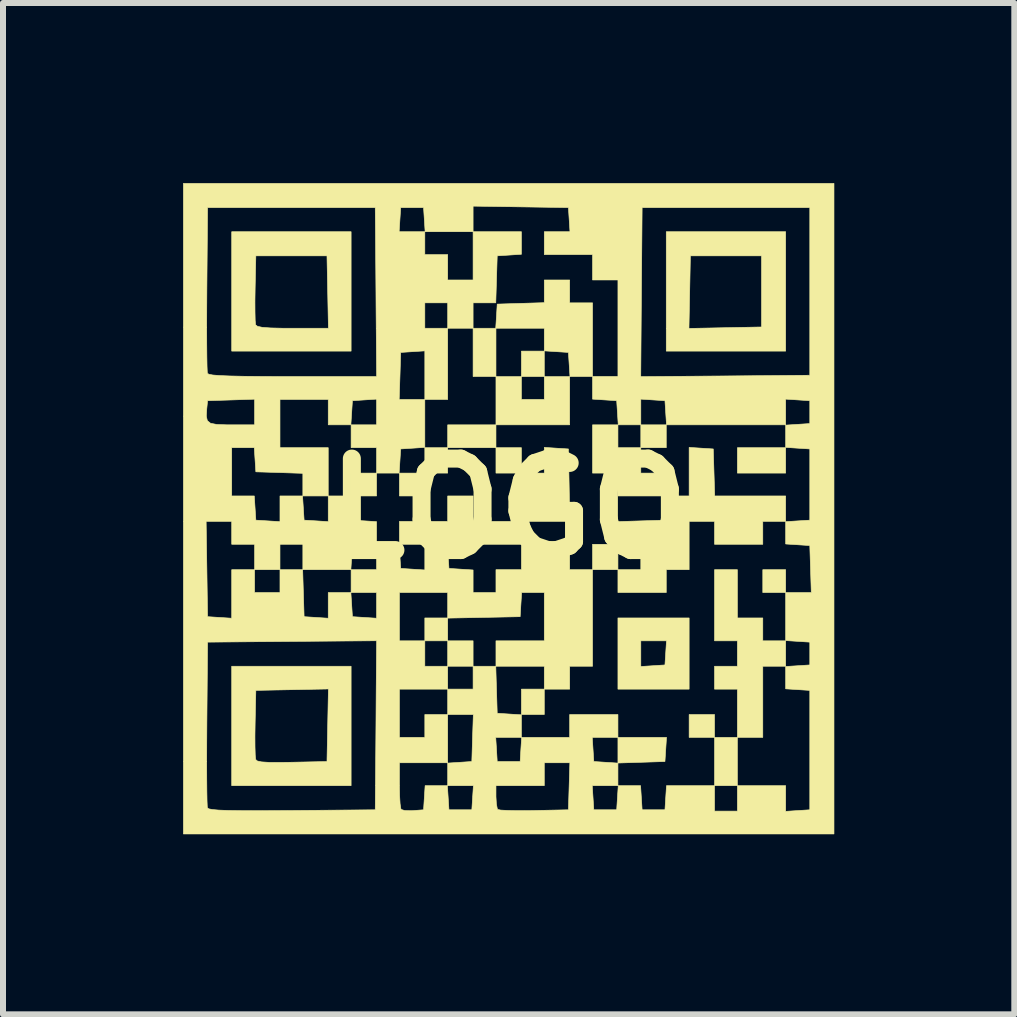
<source format=kicad_pcb>
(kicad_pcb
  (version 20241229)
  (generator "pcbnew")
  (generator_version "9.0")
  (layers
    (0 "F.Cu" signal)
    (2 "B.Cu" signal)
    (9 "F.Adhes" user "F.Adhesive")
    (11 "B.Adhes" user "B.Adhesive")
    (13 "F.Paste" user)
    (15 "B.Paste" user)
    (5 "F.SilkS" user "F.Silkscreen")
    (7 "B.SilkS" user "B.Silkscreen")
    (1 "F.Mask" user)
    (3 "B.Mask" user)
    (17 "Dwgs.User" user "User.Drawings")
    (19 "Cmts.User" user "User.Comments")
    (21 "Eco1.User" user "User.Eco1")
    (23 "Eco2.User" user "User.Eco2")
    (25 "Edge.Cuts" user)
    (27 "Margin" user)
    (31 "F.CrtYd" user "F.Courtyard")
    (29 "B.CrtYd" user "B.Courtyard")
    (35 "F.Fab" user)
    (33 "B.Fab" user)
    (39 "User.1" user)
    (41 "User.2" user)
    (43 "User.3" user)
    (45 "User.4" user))
  (footprint "LOGO"
    (layer "F.Cu")
    (at 5.424 5.424)
    (property "Reference" "LOGO" (at 0 0 0) (layer "F.SilkS") (effects (font (size 1.524 1.524) (thickness 0.3))))
    (attr through_hole)
    (fp_poly (pts (xy -2.201 -0.212) (xy -2.625 -0.212) (xy -2.625 -0.593) (xy -2.201 -0.593) (xy -2.201 -0.212)) (stroke (width 0.01) (type solid)) (fill yes) (layer "F.SilkS"))
    (fp_poly (pts (xy -1.397 -0.212) (xy -1.82 -0.212) (xy -1.82 -0.593) (xy -1.397 -0.593) (xy -1.397 -0.212)) (stroke (width 0.01) (type solid)) (fill yes) (layer "F.SilkS"))
    (fp_poly (pts (xy -1.016 -0.593) (xy -1.397 -0.593) (xy -1.397 -1.016) (xy -1.016 -1.016) (xy -1.016 -0.593)) (stroke (width 0.01) (type solid)) (fill yes) (layer "F.SilkS"))
    (fp_poly (pts (xy -1.016 2.201) (xy -1.397 2.201) (xy -1.397 1.82) (xy -1.016 1.82) (xy -1.016 2.201)) (stroke (width 0.01) (type solid)) (fill yes) (layer "F.SilkS"))
    (fp_poly (pts (xy -0.593 2.625) (xy -1.016 2.625) (xy -1.016 2.201) (xy -0.593 2.201) (xy -0.593 2.625)) (stroke (width 0.01) (type solid)) (fill yes) (layer "F.SilkS"))
    (fp_poly (pts (xy -0.212 -1.016) (xy -1.016 -1.016) (xy -1.016 -1.397) (xy -0.212 -1.397) (xy -0.212 -1.016)) (stroke (width 0.01) (type solid)) (fill yes) (layer "F.SilkS"))
    (fp_poly (pts (xy 0.212 -0.593) (xy -0.212 -0.593) (xy -0.212 -1.016) (xy 0.212 -1.016) (xy 0.212 -0.593)) (stroke (width 0.01) (type solid)) (fill yes) (layer "F.SilkS"))
    (fp_poly (pts (xy 0.593 -2.201) (xy 0.212 -2.201) (xy 0.212 -2.625) (xy 0.593 -2.625) (xy 0.593 -2.201)) (stroke (width 0.01) (type solid)) (fill yes) (layer "F.SilkS"))
    (fp_poly (pts (xy 0.593 3.429) (xy 0.212 3.429) (xy 0.212 3.006) (xy 0.593 3.006) (xy 0.593 3.429)) (stroke (width 0.01) (type solid)) (fill yes) (layer "F.SilkS"))
    (fp_poly (pts (xy 2.625 -1.016) (xy 2.201 -1.016) (xy 2.201 -1.397) (xy 2.625 -1.397) (xy 2.625 -1.016)) (stroke (width 0.01) (type solid)) (fill yes) (layer "F.SilkS"))
    (fp_poly (pts (xy 3.429 3.81) (xy 3.006 3.81) (xy 3.006 3.429) (xy 3.429 3.429) (xy 3.429 3.81)) (stroke (width 0.01) (type solid)) (fill yes) (layer "F.SilkS"))
    (fp_poly (pts (xy 3.81 4.614) (xy 3.429 4.614) (xy 3.429 3.81) (xy 3.81 3.81) (xy 3.81 4.614)) (stroke (width 0.01) (type solid)) (fill yes) (layer "F.SilkS"))
    (fp_poly (pts (xy 4.614 -0.593) (xy 3.81 -0.593) (xy 3.81 -1.016) (xy 4.614 -1.016) (xy 4.614 -0.593)) (stroke (width 0.01) (type solid)) (fill yes) (layer "F.SilkS"))
    (fp_poly (pts (xy 4.614 1.397) (xy 4.233 1.397) (xy 4.233 1.016) (xy 4.614 1.016) (xy 4.614 1.397)) (stroke (width 0.01) (type solid)) (fill yes) (layer "F.SilkS"))
    (fp_poly (pts (xy 2.616 4.011) (xy 2.603 4.212) (xy 1.82 4.237) (xy 1.82 3.81) (xy 2.629 3.81) (xy 2.616 4.011)) (stroke (width 0.01) (type solid)) (fill yes) (layer "F.SilkS"))
    (fp_poly (pts (xy 0.212 -1.82) (xy 0.593 -1.82) (xy 0.593 -2.201) (xy 1.016 -2.201) (xy 1.016 -1.397) (xy -0.212 -1.397) (xy -0.212 -2.201) (xy 0.212 -2.201) (xy 0.212 -1.82)) (stroke (width 0.01) (type solid)) (fill yes) (layer "F.SilkS"))
    (fp_poly (pts (xy 0.794 -1.008) (xy 0.995 -0.995) (xy 1.007 -0.392) (xy 1.018 0.212) (xy 0.212 0.212) (xy 0.212 -0.593) (xy 0.593 -0.593) (xy 0.593 -1.021) (xy 0.794 -1.008)) (stroke (width 0.01) (type solid)) (fill yes) (layer "F.SilkS"))
    (fp_poly (pts (xy 1.82 -1.016) (xy 2.201 -1.016) (xy 2.201 -0.593) (xy 2.625 -0.593) (xy 2.625 -0.212) (xy 1.82 -0.212) (xy 1.82 -0.593) (xy 1.397 -0.593) (xy 1.397 -1.397) (xy 1.82 -1.397) (xy 1.82 -1.016)) (stroke (width 0.01) (type solid)) (fill yes) (layer "F.SilkS"))
    (fp_poly (pts (xy 3.006 3.006) (xy 1.82 3.006) (xy 1.82 2.201) (xy 2.201 2.201) (xy 2.201 2.629) (xy 2.603 2.603) (xy 2.629 2.201) (xy 2.201 2.201) (xy 1.82 2.201) (xy 1.82 1.82) (xy 3.006 1.82) (xy 3.006 3.006)) (stroke (width 0.01) (type solid)) (fill yes) (layer "F.SilkS"))
    (fp_poly (pts (xy 4.614 -2.625) (xy 2.625 -2.625) (xy 2.625 -3.003) (xy 3.003 -3.003) (xy 3.608 -3.015) (xy 4.212 -3.027) (xy 4.212 -4.212) (xy 3.027 -4.212) (xy 3.003 -3.003) (xy 2.625 -3.003) (xy 2.625 -4.614) (xy 4.614 -4.614) (xy 4.614 -2.625)) (stroke (width 0.01) (type solid)) (fill yes) (layer "F.SilkS"))
    (fp_poly (pts (xy 3.81 1.82) (xy 4.233 1.82) (xy 4.233 2.201) (xy 4.614 2.201) (xy 4.614 2.625) (xy 4.233 2.625) (xy 4.233 3.81) (xy 3.81 3.81) (xy 3.81 3.006) (xy 3.429 3.006) (xy 3.429 2.625) (xy 3.81 2.625) (xy 3.81 2.201) (xy 3.429 2.201) (xy 3.429 1.016) (xy 3.81 1.016) (xy 3.81 1.82)) (stroke (width 0.01) (type solid)) (fill yes) (layer "F.SilkS"))
    (fp_poly (pts (xy 1.016 -3.429) (xy 1.397 -3.429) (xy 1.397 -2.201) (xy 1.021 -2.201) (xy 1.008 -2.402) (xy 0.995 -2.603) (xy 0.794 -2.616) (xy 0.593 -2.629) (xy 0.593 -3.006) (xy -0.212 -3.006) (xy -0.212 -2.201) (xy -0.593 -2.201) (xy -0.593 -3.006) (xy -0.404 -3.006) (xy -0.216 -3.006) (xy -0.203 -3.207) (xy -0.191 -3.408) (xy 0.201 -3.42) (xy 0.593 -3.432) (xy 0.593 -3.81) (xy 1.016 -3.81) (xy 1.016 -3.429)) (stroke (width 0.01) (type solid)) (fill yes) (layer "F.SilkS"))
    (fp_poly (pts (xy -2.625 -2.625) (xy -4.614 -2.625) (xy -4.614 -3.454) (xy -4.227 -3.454) (xy -4.226 -3.272) (xy -4.223 -3.136) (xy -4.216 -3.065) (xy -4.215 -3.061) (xy -4.184 -3.038) (xy -4.105 -3.021) (xy -3.967 -3.011) (xy -3.762 -3.006) (xy -3.598 -3.006) (xy -3.003 -3.006) (xy -3.015 -3.609) (xy -3.027 -4.212) (xy -4.212 -4.212) (xy -4.224 -3.664) (xy -4.227 -3.454) (xy -4.614 -3.454) (xy -4.614 -4.614) (xy -2.625 -4.614) (xy -2.625 -2.625)) (stroke (width 0.01) (type solid)) (fill yes) (layer "F.SilkS"))
    (fp_poly (pts (xy -2.625 4.614) (xy -4.614 4.614) (xy -4.614 3.786) (xy -4.227 3.786) (xy -4.226 3.968) (xy -4.222 4.104) (xy -4.215 4.176) (xy -4.214 4.179) (xy -4.187 4.203) (xy -4.117 4.218) (xy -3.994 4.226) (xy -3.807 4.227) (xy -3.61 4.224) (xy -3.027 4.212) (xy -3.015 3.608) (xy -3.003 3.003) (xy -4.212 3.027) (xy -4.224 3.575) (xy -4.227 3.786) (xy -4.614 3.786) (xy -4.614 2.625) (xy -2.625 2.625) (xy -2.625 4.614)) (stroke (width 0.01) (type solid)) (fill yes) (layer "F.SilkS"))
    (fp_poly (pts (xy 3.207 -1.008) (xy 3.408 -0.995) (xy 3.42 -0.603) (xy 3.432 -0.212) (xy 4.614 -0.212) (xy 4.614 0.212) (xy 4.233 0.212) (xy 4.233 0.593) (xy 3.429 0.593) (xy 3.429 0.212) (xy 3.006 0.212) (xy 3.006 1.016) (xy 2.625 1.016) (xy 2.625 1.397) (xy 1.82 1.397) (xy 1.82 1.016) (xy 1.397 1.016) (xy 1.397 0.593) (xy 1.82 0.593) (xy 1.82 1.016) (xy 2.201 1.016) (xy 2.201 0.593) (xy 1.82 0.593) (xy 1.82 0.215) (xy 2.603 0.191) (xy 2.629 -0.212) (xy 3.006 -0.212) (xy 3.006 -1.021) (xy 3.207 -1.008)) (stroke (width 0.01) (type solid)) (fill yes) (layer "F.SilkS"))
    (fp_poly (pts (xy 5.419 5.419) (xy -5.419 5.419) (xy -5.419 4.215) (xy -5.031 4.215) (xy -5.03 4.484) (xy -5.028 4.706) (xy -5.025 4.87) (xy -5.021 4.965) (xy -5.018 4.985) (xy -4.995 5) (xy -4.935 5.012) (xy -4.83 5.021) (xy -4.673 5.027) (xy -4.456 5.03) (xy -4.173 5.031) (xy -3.816 5.029) (xy -3.61 5.028) (xy -2.223 5.016) (xy -2.216 4.233) (xy -1.82 4.233) (xy -1.82 4.607) (xy -1.817 4.778) (xy -1.809 4.915) (xy -1.796 4.998) (xy -1.79 5.011) (xy -1.732 5.028) (xy -1.625 5.031) (xy -1.589 5.029) (xy -1.418 5.016) (xy -1.405 4.815) (xy -1.392 4.614) (xy -1.021 4.614) (xy -0.995 5.016) (xy -0.614 5.016) (xy -0.601 4.815) (xy -0.588 4.614) (xy -0.212 4.614) (xy -0.212 4.798) (xy -0.205 4.917) (xy -0.19 4.997) (xy -0.182 5.011) (xy -0.131 5.021) (xy -0.012 5.027) (xy 0.159 5.03) (xy 0.365 5.029) (xy 0.421 5.028) (xy 0.995 5.016) (xy 1.007 4.625) (xy 1.019 4.233) (xy 0.593 4.233) (xy 0.593 4.614) (xy -0.212 4.614) (xy -0.588 4.614) (xy -1.016 4.614) (xy -1.016 4.238) (xy -0.815 4.225) (xy -0.614 4.212) (xy -0.602 3.821) (xy -0.589 3.429) (xy -1.016 3.429) (xy -1.016 4.233) (xy -1.82 4.233) (xy -2.216 4.233) (xy -2.211 3.608) (xy -2.207 3.006) (xy -1.82 3.006) (xy -1.82 3.81) (xy -1.397 3.81) (xy -1.397 3.429) (xy -1.016 3.429) (xy -1.016 3.006) (xy -1.82 3.006) (xy -2.207 3.006) (xy -2.2 2.2) (xy -3.608 2.211) (xy -5.016 2.223) (xy -5.028 3.577) (xy -5.03 3.909) (xy -5.031 4.215) (xy -5.419 4.215) (xy -5.419 0.212) (xy -5.04 0.212) (xy -5.028 1.005) (xy -5.016 1.799) (xy -4.815 1.812) (xy -4.614 1.825) (xy -4.614 1.016) (xy -4.233 1.016) (xy -4.233 1.397) (xy -3.81 1.397) (xy -3.81 1.016) (xy -4.233 1.016) (xy -4.233 0.593) (xy -4.614 0.593) (xy -4.614 0.212) (xy -5.04 0.212) (xy -5.419 0.212) (xy -5.419 -1.016) (xy -4.614 -1.016) (xy -4.614 -0.212) (xy -4.238 -0.212) (xy -4.212 0.191) (xy -3.81 0.216) (xy -3.81 -0.212) (xy -3.434 -0.212) (xy -3.408 0.191) (xy -3.207 0.203) (xy -3.006 0.216) (xy -3.006 -0.212) (xy -3.429 -0.212) (xy -3.429 -0.589) (xy -4.212 -0.614) (xy -4.225 -0.815) (xy -4.238 -1.016) (xy -4.614 -1.016) (xy -5.419 -1.016) (xy -5.419 -1.541) (xy -5.037 -1.541) (xy -5.02 -1.466) (xy -4.967 -1.423) (xy -4.862 -1.403) (xy -4.691 -1.397) (xy -4.616 -1.397) (xy -4.233 -1.397) (xy -4.233 -1.82) (xy -3.81 -1.82) (xy -3.81 -1.016) (xy -3.006 -1.016) (xy -3.006 -0.212) (xy -2.629 -0.212) (xy -2.616 -0.011) (xy -2.603 0.191) (xy -2.402 0.203) (xy -2.201 0.216) (xy -2.201 0.588) (xy -2.402 0.601) (xy -2.603 0.614) (xy -2.616 0.815) (xy -2.629 1.016) (xy -3.429 1.016) (xy -3.429 0.593) (xy -3.81 0.593) (xy -3.81 1.016) (xy -3.432 1.016) (xy -3.42 1.408) (xy -3.408 1.799) (xy -3.207 1.812) (xy -3.006 1.825) (xy -3.006 1.397) (xy -2.629 1.397) (xy -2.616 1.598) (xy -2.603 1.799) (xy -2.402 1.812) (xy -2.201 1.825) (xy -2.201 1.397) (xy -2.625 1.397) (xy -2.625 1.016) (xy -2.201 1.016) (xy -2.201 0.593) (xy -1.825 0.593) (xy -1.812 0.794) (xy -1.799 0.995) (xy -1.598 1.008) (xy -1.397 1.021) (xy -1.397 0.593) (xy -1.021 0.593) (xy -1.008 0.794) (xy -0.995 0.995) (xy -0.794 1.008) (xy -0.593 1.021) (xy -0.593 1.397) (xy -0.212 1.397) (xy -0.212 1.016) (xy 0.212 1.016) (xy 0.212 0.593) (xy -1.021 0.593) (xy -1.397 0.593) (xy -1.82 0.593) (xy -1.82 0.212) (xy -1.016 0.212) (xy -1.016 -0.212) (xy -0.593 -0.212) (xy -0.593 0.212) (xy 0.212 0.212) (xy 0.212 0.593) (xy 1.016 0.593) (xy 1.016 1.016) (xy 1.397 1.016) (xy 1.397 2.625) (xy 1.016 2.625) (xy 1.016 3.006) (xy 0.593 3.006) (xy 0.593 2.625) (xy -0.212 2.625) (xy -0.212 2.201) (xy 0.593 2.201) (xy 0.593 1.397) (xy 0.216 1.397) (xy 0.203 1.598) (xy 0.191 1.799) (xy -0.413 1.811) (xy -1.016 1.823) (xy -1.016 1.397) (xy -1.82 1.397) (xy -1.82 2.201) (xy -1.397 2.201) (xy -1.397 2.625) (xy -1.016 2.625) (xy -1.016 3.006) (xy -0.593 3.006) (xy -0.593 2.625) (xy -0.215 2.625) (xy -0.203 3.016) (xy -0.191 3.408) (xy 0.011 3.421) (xy 0.212 3.434) (xy 0.212 3.81) (xy -0.216 3.81) (xy -0.203 4.011) (xy -0.191 4.212) (xy 0.191 4.212) (xy 0.203 4.011) (xy 0.216 3.81) (xy 1.016 3.81) (xy 1.016 3.429) (xy 1.82 3.429) (xy 1.82 3.81) (xy 1.392 3.81) (xy 1.405 4.011) (xy 1.418 4.212) (xy 1.619 4.225) (xy 1.82 4.238) (xy 1.82 4.614) (xy 1.392 4.614) (xy 1.418 5.016) (xy 1.799 5.016) (xy 1.812 4.815) (xy 1.825 4.614) (xy 2.197 4.614) (xy 2.21 4.815) (xy 2.223 5.016) (xy 2.603 5.016) (xy 2.629 4.614) (xy 3.429 4.614) (xy 3.429 5.038) (xy 3.81 5.038) (xy 3.81 4.614) (xy 4.614 4.614) (xy 4.614 5.042) (xy 5.016 5.016) (xy 5.016 3.027) (xy 4.614 3.001) (xy 4.614 2.629) (xy 5.016 2.603) (xy 5.016 2.223) (xy 4.815 2.21) (xy 4.614 2.197) (xy 4.614 1.397) (xy 5.041 1.397) (xy 5.016 0.614) (xy 4.614 0.588) (xy 4.614 0.216) (xy 5.016 0.191) (xy 5.016 -0.995) (xy 4.614 -1.021) (xy 4.614 -1.392) (xy 4.815 -1.405) (xy 5.016 -1.418) (xy 5.016 -1.799) (xy 4.614 -1.825) (xy 4.614 -1.397) (xy 2.629 -1.397) (xy 2.603 -1.799) (xy 2.201 -1.825) (xy 2.201 -1.397) (xy 1.825 -1.397) (xy 1.812 -1.598) (xy 1.799 -1.799) (xy 1.598 -1.812) (xy 1.397 -1.825) (xy 1.397 -2.2) (xy 2.2 -2.2) (xy 3.608 -2.211) (xy 5.016 -2.223) (xy 5.016 -5.016) (xy 2.223 -5.016) (xy 2.211 -3.608) (xy 2.2 -2.2) (xy 1.397 -2.2) (xy 1.397 -2.201) (xy 1.82 -2.201) (xy 1.82 -3.81) (xy 1.397 -3.81) (xy 1.397 -4.233) (xy 0.593 -4.233) (xy 0.593 -4.614) (xy 1.021 -4.614) (xy 1.008 -4.815) (xy 0.995 -5.016) (xy 0.201 -5.028) (xy -0.593 -5.04) (xy -0.593 -4.614) (xy 0.212 -4.614) (xy 0.212 -4.238) (xy 0.011 -4.225) (xy -0.191 -4.212) (xy -0.215 -3.429) (xy -0.593 -3.429) (xy -0.593 -3.006) (xy -1.016 -3.006) (xy -1.016 -1.82) (xy -1.397 -1.82) (xy -1.397 -1.021) (xy -1.799 -0.995) (xy -1.825 -0.593) (xy -2.013 -0.593) (xy -2.201 -0.593) (xy -2.201 -1.016) (xy -2.625 -1.016) (xy -2.625 -1.397) (xy -2.201 -1.397) (xy -2.201 -1.82) (xy -1.824 -1.82) (xy -1.397 -1.82) (xy -1.397 -2.629) (xy -1.598 -2.616) (xy -1.799 -2.603) (xy -1.811 -2.212) (xy -1.824 -1.82) (xy -2.201 -1.82) (xy -2.201 -1.825) (xy -2.402 -1.812) (xy -2.603 -1.799) (xy -2.616 -1.598) (xy -2.629 -1.397) (xy -3.006 -1.397) (xy -3.006 -1.82) (xy -3.81 -1.82) (xy -4.233 -1.82) (xy -4.233 -1.824) (xy -4.625 -1.811) (xy -5.016 -1.799) (xy -5.03 -1.658) (xy -5.037 -1.541) (xy -5.419 -1.541) (xy -5.419 -3.024) (xy -5.031 -3.024) (xy -5.03 -2.755) (xy -5.028 -2.534) (xy -5.025 -2.37) (xy -5.021 -2.274) (xy -5.018 -2.255) (xy -4.994 -2.239) (xy -4.929 -2.227) (xy -4.818 -2.218) (xy -4.651 -2.211) (xy -4.424 -2.206) (xy -4.128 -2.203) (xy -3.758 -2.201) (xy -3.599 -2.201) (xy -2.2 -2.201) (xy -2.21 -3.429) (xy -1.397 -3.429) (xy -1.397 -3.006) (xy -1.016 -3.006) (xy -1.016 -3.429) (xy -1.397 -3.429) (xy -2.21 -3.429) (xy -2.211 -3.609) (xy -2.219 -4.614) (xy -1.825 -4.614) (xy -1.397 -4.614) (xy -1.397 -4.233) (xy -1.016 -4.233) (xy -1.016 -3.81) (xy -0.593 -3.81) (xy -0.593 -4.614) (xy -1.392 -4.614) (xy -1.405 -4.815) (xy -1.418 -5.016) (xy -1.799 -5.016) (xy -1.812 -4.815) (xy -1.825 -4.614) (xy -2.219 -4.614) (xy -2.223 -5.016) (xy -5.016 -5.016) (xy -5.028 -3.662) (xy -5.03 -3.33) (xy -5.031 -3.024) (xy -5.419 -3.024) (xy -5.419 -5.419) (xy 5.419 -5.419) (xy 5.419 5.419)) (stroke (width 0.01) (type solid)) (fill yes) (layer "F.SilkS")))
  (gr_rect
    (start -3 -3)
    (end 13.847 13.847)
    (stroke (width 0.1) (type default))
    (fill no)
    (layer "Edge.Cuts")))
</source>
